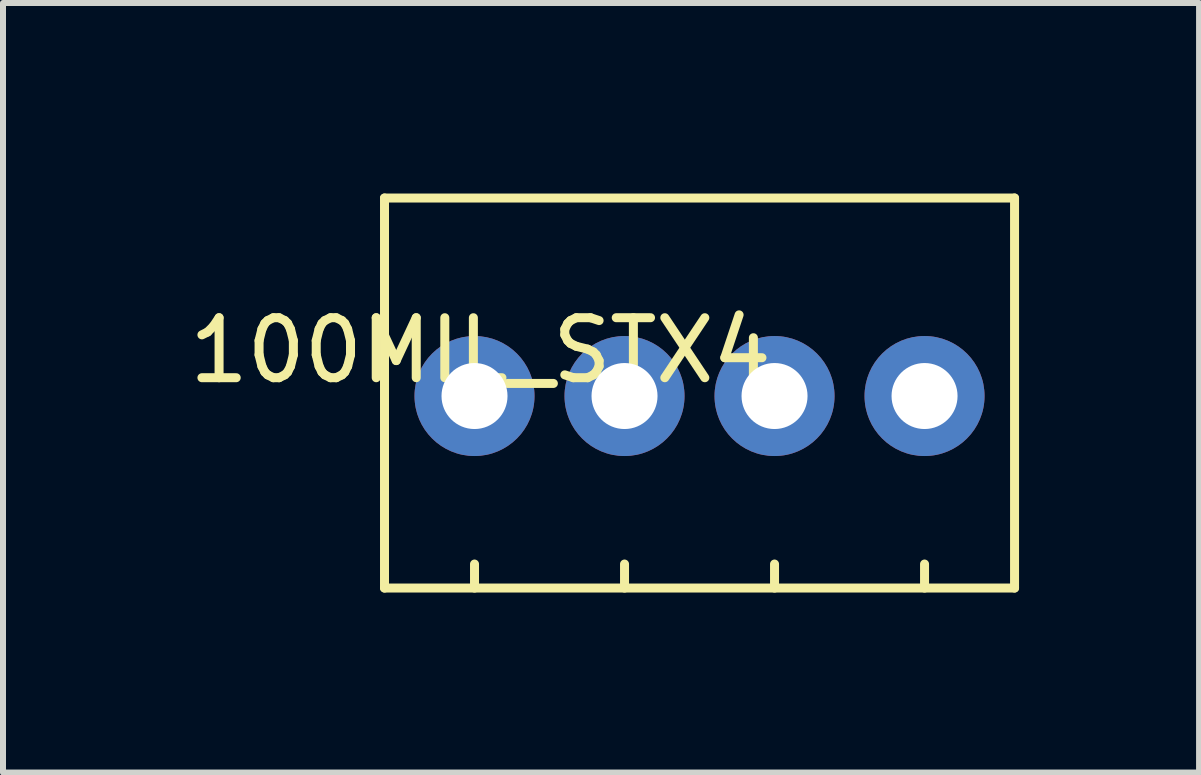
<source format=kicad_pcb>
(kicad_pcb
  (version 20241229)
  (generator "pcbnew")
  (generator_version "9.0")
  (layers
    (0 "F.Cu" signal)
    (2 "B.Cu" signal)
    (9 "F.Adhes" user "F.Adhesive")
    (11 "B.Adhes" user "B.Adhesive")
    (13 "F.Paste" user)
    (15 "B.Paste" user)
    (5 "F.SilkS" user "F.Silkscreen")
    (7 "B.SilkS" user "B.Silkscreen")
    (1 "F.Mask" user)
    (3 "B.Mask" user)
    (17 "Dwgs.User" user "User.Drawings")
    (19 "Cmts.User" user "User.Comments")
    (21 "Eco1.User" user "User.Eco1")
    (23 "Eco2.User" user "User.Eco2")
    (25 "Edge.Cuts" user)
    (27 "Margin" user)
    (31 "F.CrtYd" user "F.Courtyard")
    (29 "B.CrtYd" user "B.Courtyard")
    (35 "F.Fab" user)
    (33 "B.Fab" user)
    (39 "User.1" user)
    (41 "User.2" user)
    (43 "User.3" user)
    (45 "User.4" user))
  (footprint "100MIL_STX4"
    (layer "F.Cu")
    (at 3.358 0.25)
    (property "Reference" "100MIL_STX4" (at 1.6 2.54 0) (layer "F.SilkS") (effects (font (size 1 1) (thickness 0.15))))
    (attr through_hole)
    (fp_line (start 0 0) (end 0 6.5) (stroke (width 0.15) (type solid)) (layer "F.SilkS"))
    (fp_line (start 0 0) (end 10.5 0) (stroke (width 0.15) (type solid)) (layer "F.SilkS"))
    (fp_line (start 0 6.5) (end 10.5 6.5) (stroke (width 0.15) (type solid)) (layer "F.SilkS"))
    (fp_line (start 1.5 6.5) (end 1.5 6.1) (stroke (width 0.15) (type solid)) (layer "F.SilkS"))
    (fp_line (start 4 6.5) (end 4 6.1) (stroke (width 0.15) (type solid)) (layer "F.SilkS"))
    (fp_line (start 6.5 6.5) (end 6.5 6.1) (stroke (width 0.15) (type solid)) (layer "F.SilkS"))
    (fp_line (start 9 6.5) (end 9 6.1) (stroke (width 0.15) (type solid)) (layer "F.SilkS"))
    (fp_line (start 10.5 0) (end 10.5 6.5) (stroke (width 0.15) (type solid)) (layer "F.SilkS"))
    (pad "1" thru_hole circle (at 1.5 3.3) (size 2 2) (drill 1.1) (layers "*.Cu" "*.Mask"))
    (pad "2" thru_hole circle (at 4 3.3) (size 2 2) (drill 1.1) (layers "*.Cu" "*.Mask"))
    (pad "3" thru_hole circle (at 6.5 3.3) (size 2 2) (drill 1.1) (layers "*.Cu" "*.Mask"))
    (pad "4" thru_hole circle (at 9 3.3) (size 2 2) (drill 1.1) (layers "*.Cu" "*.Mask")))
  (gr_rect
    (start -3 -3)
    (end 16.933 9.825)
    (stroke (width 0.1) (type default))
    (fill no)
    (layer "Edge.Cuts")))
</source>
